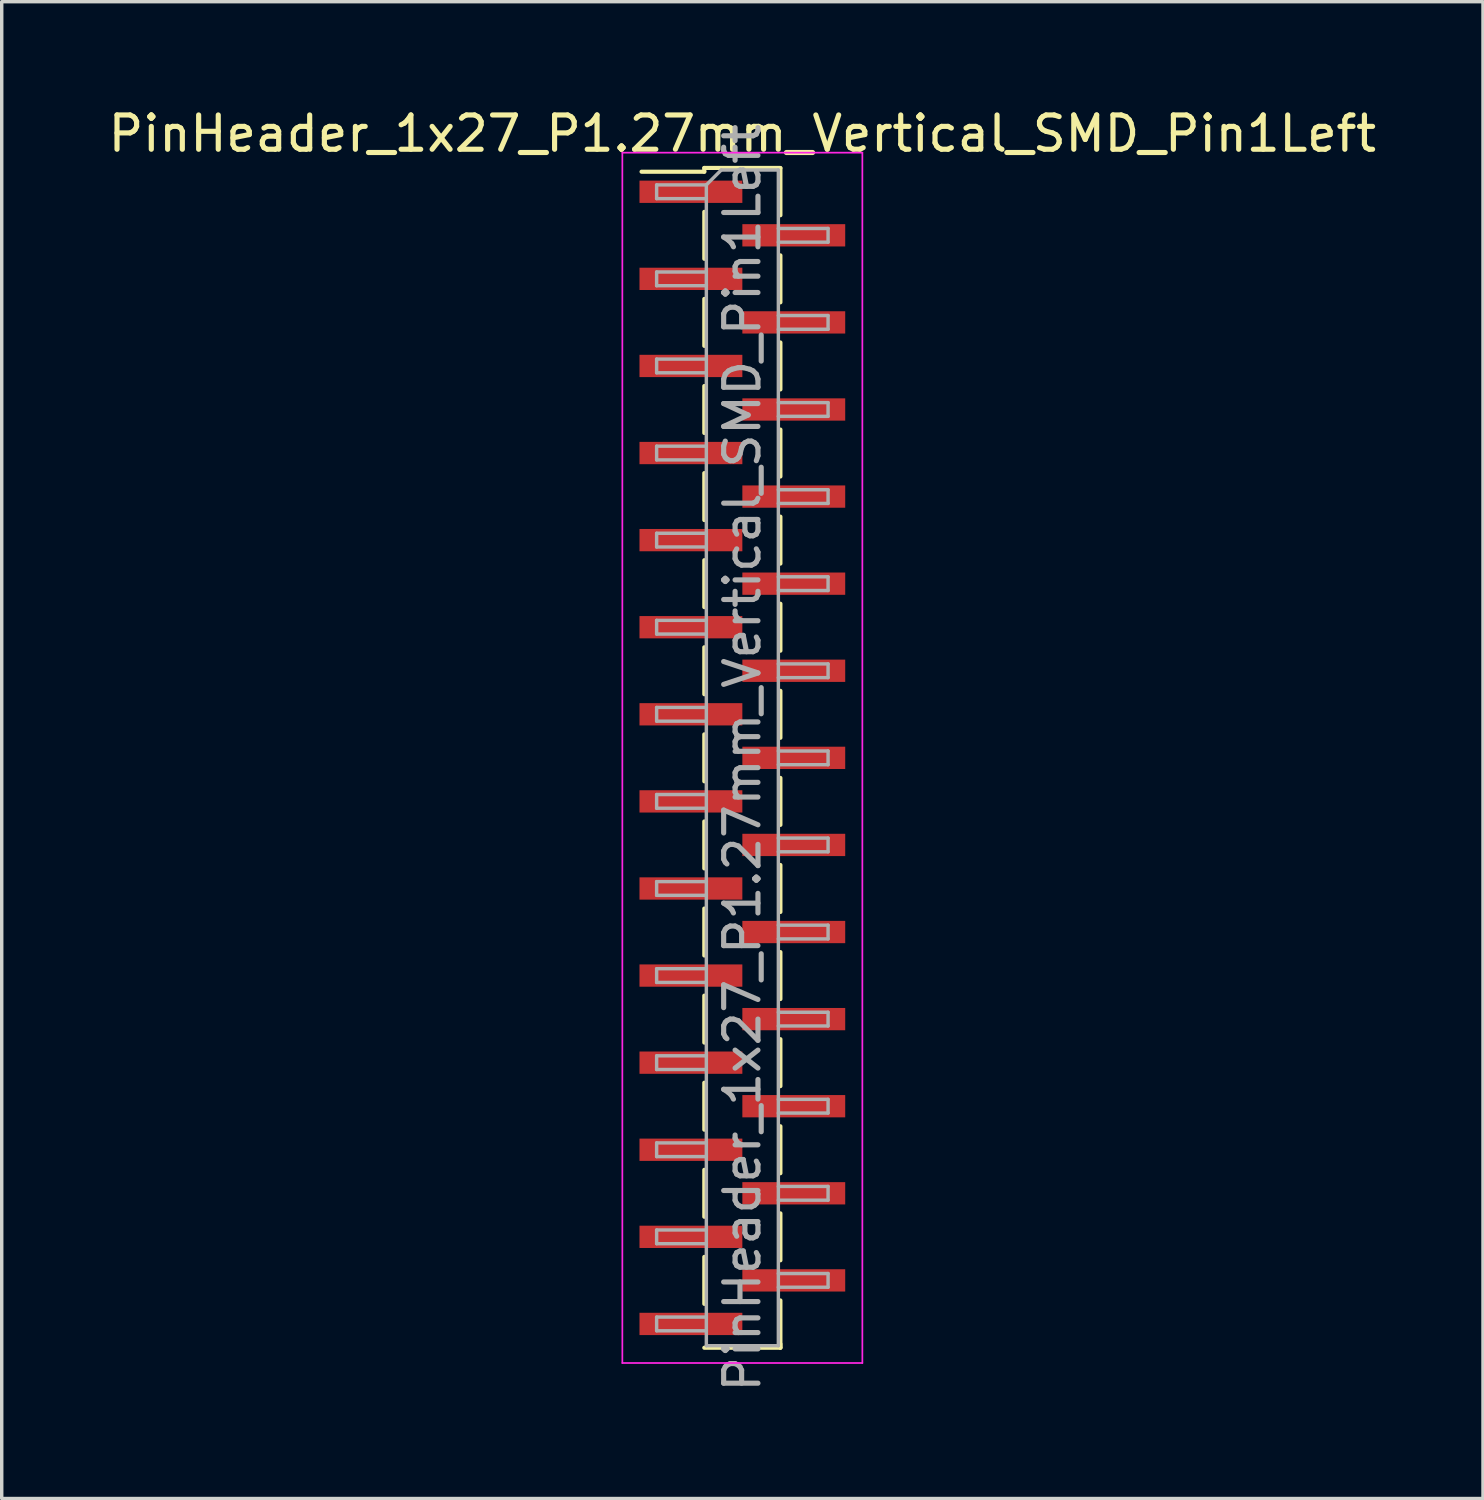
<source format=kicad_pcb>
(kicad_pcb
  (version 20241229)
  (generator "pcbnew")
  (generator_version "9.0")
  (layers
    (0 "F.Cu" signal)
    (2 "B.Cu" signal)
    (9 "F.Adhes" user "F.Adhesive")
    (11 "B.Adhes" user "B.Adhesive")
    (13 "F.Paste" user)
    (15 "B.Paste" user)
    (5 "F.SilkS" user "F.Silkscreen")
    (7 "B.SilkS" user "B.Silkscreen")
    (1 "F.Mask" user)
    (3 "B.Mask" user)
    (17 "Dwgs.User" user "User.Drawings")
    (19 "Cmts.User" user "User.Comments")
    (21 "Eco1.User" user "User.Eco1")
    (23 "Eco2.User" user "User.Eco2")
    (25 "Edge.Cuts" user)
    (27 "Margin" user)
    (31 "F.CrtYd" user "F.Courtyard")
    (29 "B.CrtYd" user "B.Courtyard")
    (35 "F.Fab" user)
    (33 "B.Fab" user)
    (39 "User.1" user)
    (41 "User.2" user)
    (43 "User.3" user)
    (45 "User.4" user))
  (footprint "PinHeader_1x27_P1.27mm_Vertical_SMD_Pin1Left"
    (layer "F.Cu")
    (at 18.601 19.053)
    (property "Reference" "PinHeader_1x27_P1.27mm_Vertical_SMD_Pin1Left" (at 0 -18.205 0) (layer "F.SilkS") (effects (font (size 1 1) (thickness 0.15))))
    (attr smd)
    (fp_line (start -1.11 -17.205) (end -1.11 -17.095) (stroke (width 0.12) (type solid)) (layer "F.SilkS"))
    (fp_line (start -1.11 -17.205) (end 1.11 -17.205) (stroke (width 0.12) (type solid)) (layer "F.SilkS"))
    (fp_line (start -1.11 -17.095) (end -2.94 -17.095) (stroke (width 0.12) (type solid)) (layer "F.SilkS"))
    (fp_line (start -1.11 -15.925) (end -1.11 -14.555) (stroke (width 0.12) (type solid)) (layer "F.SilkS"))
    (fp_line (start -1.11 -13.385) (end -1.11 -12.015) (stroke (width 0.12) (type solid)) (layer "F.SilkS"))
    (fp_line (start -1.11 -10.845) (end -1.11 -9.475) (stroke (width 0.12) (type solid)) (layer "F.SilkS"))
    (fp_line (start -1.11 -8.305) (end -1.11 -6.935) (stroke (width 0.12) (type solid)) (layer "F.SilkS"))
    (fp_line (start -1.11 -5.765) (end -1.11 -4.395) (stroke (width 0.12) (type solid)) (layer "F.SilkS"))
    (fp_line (start -1.11 -3.225) (end -1.11 -1.855) (stroke (width 0.12) (type solid)) (layer "F.SilkS"))
    (fp_line (start -1.11 -0.685) (end -1.11 0.685) (stroke (width 0.12) (type solid)) (layer "F.SilkS"))
    (fp_line (start -1.11 1.855) (end -1.11 3.225) (stroke (width 0.12) (type solid)) (layer "F.SilkS"))
    (fp_line (start -1.11 4.395) (end -1.11 5.765) (stroke (width 0.12) (type solid)) (layer "F.SilkS"))
    (fp_line (start -1.11 6.935) (end -1.11 8.305) (stroke (width 0.12) (type solid)) (layer "F.SilkS"))
    (fp_line (start -1.11 9.475) (end -1.11 10.845) (stroke (width 0.12) (type solid)) (layer "F.SilkS"))
    (fp_line (start -1.11 12.015) (end -1.11 13.385) (stroke (width 0.12) (type solid)) (layer "F.SilkS"))
    (fp_line (start -1.11 14.555) (end -1.11 15.925) (stroke (width 0.12) (type solid)) (layer "F.SilkS"))
    (fp_line (start -1.11 17.205) (end 1.11 17.205) (stroke (width 0.12) (type solid)) (layer "F.SilkS"))
    (fp_line (start 1.11 -17.195) (end 1.11 -15.825) (stroke (width 0.12) (type solid)) (layer "F.SilkS"))
    (fp_line (start 1.11 -14.655) (end 1.11 -13.285) (stroke (width 0.12) (type solid)) (layer "F.SilkS"))
    (fp_line (start 1.11 -12.115) (end 1.11 -10.745) (stroke (width 0.12) (type solid)) (layer "F.SilkS"))
    (fp_line (start 1.11 -9.575) (end 1.11 -8.205) (stroke (width 0.12) (type solid)) (layer "F.SilkS"))
    (fp_line (start 1.11 -7.035) (end 1.11 -5.665) (stroke (width 0.12) (type solid)) (layer "F.SilkS"))
    (fp_line (start 1.11 -4.495) (end 1.11 -3.125) (stroke (width 0.12) (type solid)) (layer "F.SilkS"))
    (fp_line (start 1.11 -1.955) (end 1.11 -0.585) (stroke (width 0.12) (type solid)) (layer "F.SilkS"))
    (fp_line (start 1.11 0.585) (end 1.11 1.955) (stroke (width 0.12) (type solid)) (layer "F.SilkS"))
    (fp_line (start 1.11 3.125) (end 1.11 4.495) (stroke (width 0.12) (type solid)) (layer "F.SilkS"))
    (fp_line (start 1.11 5.665) (end 1.11 7.035) (stroke (width 0.12) (type solid)) (layer "F.SilkS"))
    (fp_line (start 1.11 8.205) (end 1.11 9.575) (stroke (width 0.12) (type solid)) (layer "F.SilkS"))
    (fp_line (start 1.11 10.745) (end 1.11 12.115) (stroke (width 0.12) (type solid)) (layer "F.SilkS"))
    (fp_line (start 1.11 13.285) (end 1.11 14.655) (stroke (width 0.12) (type solid)) (layer "F.SilkS"))
    (fp_line (start 1.11 15.825) (end 1.11 17.195) (stroke (width 0.12) (type solid)) (layer "F.SilkS"))
    (fp_line (start 1.11 17.095) (end 1.11 17.205) (stroke (width 0.12) (type solid)) (layer "F.SilkS"))
    (fp_line (start -3.5 -17.65) (end -3.5 17.65) (stroke (width 0.05) (type solid)) (layer "F.CrtYd"))
    (fp_line (start -3.5 17.65) (end 3.5 17.65) (stroke (width 0.05) (type solid)) (layer "F.CrtYd"))
    (fp_line (start 3.5 -17.65) (end -3.5 -17.65) (stroke (width 0.05) (type solid)) (layer "F.CrtYd"))
    (fp_line (start 3.5 17.65) (end 3.5 -17.65) (stroke (width 0.05) (type solid)) (layer "F.CrtYd"))
    (fp_line (start -2.5 -16.71) (end -2.5 -16.31) (stroke (width 0.1) (type solid)) (layer "F.Fab"))
    (fp_line (start -2.5 -16.31) (end -1.05 -16.31) (stroke (width 0.1) (type solid)) (layer "F.Fab"))
    (fp_line (start -2.5 -14.17) (end -2.5 -13.77) (stroke (width 0.1) (type solid)) (layer "F.Fab"))
    (fp_line (start -2.5 -13.77) (end -1.05 -13.77) (stroke (width 0.1) (type solid)) (layer "F.Fab"))
    (fp_line (start -2.5 -11.63) (end -2.5 -11.23) (stroke (width 0.1) (type solid)) (layer "F.Fab"))
    (fp_line (start -2.5 -11.23) (end -1.05 -11.23) (stroke (width 0.1) (type solid)) (layer "F.Fab"))
    (fp_line (start -2.5 -9.09) (end -2.5 -8.69) (stroke (width 0.1) (type solid)) (layer "F.Fab"))
    (fp_line (start -2.5 -8.69) (end -1.05 -8.69) (stroke (width 0.1) (type solid)) (layer "F.Fab"))
    (fp_line (start -2.5 -6.55) (end -2.5 -6.15) (stroke (width 0.1) (type solid)) (layer "F.Fab"))
    (fp_line (start -2.5 -6.15) (end -1.05 -6.15) (stroke (width 0.1) (type solid)) (layer "F.Fab"))
    (fp_line (start -2.5 -4.01) (end -2.5 -3.61) (stroke (width 0.1) (type solid)) (layer "F.Fab"))
    (fp_line (start -2.5 -3.61) (end -1.05 -3.61) (stroke (width 0.1) (type solid)) (layer "F.Fab"))
    (fp_line (start -2.5 -1.47) (end -2.5 -1.07) (stroke (width 0.1) (type solid)) (layer "F.Fab"))
    (fp_line (start -2.5 -1.07) (end -1.05 -1.07) (stroke (width 0.1) (type solid)) (layer "F.Fab"))
    (fp_line (start -2.5 1.07) (end -2.5 1.47) (stroke (width 0.1) (type solid)) (layer "F.Fab"))
    (fp_line (start -2.5 1.47) (end -1.05 1.47) (stroke (width 0.1) (type solid)) (layer "F.Fab"))
    (fp_line (start -2.5 3.61) (end -2.5 4.01) (stroke (width 0.1) (type solid)) (layer "F.Fab"))
    (fp_line (start -2.5 4.01) (end -1.05 4.01) (stroke (width 0.1) (type solid)) (layer "F.Fab"))
    (fp_line (start -2.5 6.15) (end -2.5 6.55) (stroke (width 0.1) (type solid)) (layer "F.Fab"))
    (fp_line (start -2.5 6.55) (end -1.05 6.55) (stroke (width 0.1) (type solid)) (layer "F.Fab"))
    (fp_line (start -2.5 8.69) (end -2.5 9.09) (stroke (width 0.1) (type solid)) (layer "F.Fab"))
    (fp_line (start -2.5 9.09) (end -1.05 9.09) (stroke (width 0.1) (type solid)) (layer "F.Fab"))
    (fp_line (start -2.5 11.23) (end -2.5 11.63) (stroke (width 0.1) (type solid)) (layer "F.Fab"))
    (fp_line (start -2.5 11.63) (end -1.05 11.63) (stroke (width 0.1) (type solid)) (layer "F.Fab"))
    (fp_line (start -2.5 13.77) (end -2.5 14.17) (stroke (width 0.1) (type solid)) (layer "F.Fab"))
    (fp_line (start -2.5 14.17) (end -1.05 14.17) (stroke (width 0.1) (type solid)) (layer "F.Fab"))
    (fp_line (start -2.5 16.31) (end -2.5 16.71) (stroke (width 0.1) (type solid)) (layer "F.Fab"))
    (fp_line (start -2.5 16.71) (end -1.05 16.71) (stroke (width 0.1) (type solid)) (layer "F.Fab"))
    (fp_line (start -1.05 -16.71) (end -2.5 -16.71) (stroke (width 0.1) (type solid)) (layer "F.Fab"))
    (fp_line (start -1.05 -16.71) (end -0.615 -17.145) (stroke (width 0.1) (type solid)) (layer "F.Fab"))
    (fp_line (start -1.05 -14.17) (end -2.5 -14.17) (stroke (width 0.1) (type solid)) (layer "F.Fab"))
    (fp_line (start -1.05 -11.63) (end -2.5 -11.63) (stroke (width 0.1) (type solid)) (layer "F.Fab"))
    (fp_line (start -1.05 -9.09) (end -2.5 -9.09) (stroke (width 0.1) (type solid)) (layer "F.Fab"))
    (fp_line (start -1.05 -6.55) (end -2.5 -6.55) (stroke (width 0.1) (type solid)) (layer "F.Fab"))
    (fp_line (start -1.05 -4.01) (end -2.5 -4.01) (stroke (width 0.1) (type solid)) (layer "F.Fab"))
    (fp_line (start -1.05 -1.47) (end -2.5 -1.47) (stroke (width 0.1) (type solid)) (layer "F.Fab"))
    (fp_line (start -1.05 1.07) (end -2.5 1.07) (stroke (width 0.1) (type solid)) (layer "F.Fab"))
    (fp_line (start -1.05 3.61) (end -2.5 3.61) (stroke (width 0.1) (type solid)) (layer "F.Fab"))
    (fp_line (start -1.05 6.15) (end -2.5 6.15) (stroke (width 0.1) (type solid)) (layer "F.Fab"))
    (fp_line (start -1.05 8.69) (end -2.5 8.69) (stroke (width 0.1) (type solid)) (layer "F.Fab"))
    (fp_line (start -1.05 11.23) (end -2.5 11.23) (stroke (width 0.1) (type solid)) (layer "F.Fab"))
    (fp_line (start -1.05 13.77) (end -2.5 13.77) (stroke (width 0.1) (type solid)) (layer "F.Fab"))
    (fp_line (start -1.05 16.31) (end -2.5 16.31) (stroke (width 0.1) (type solid)) (layer "F.Fab"))
    (fp_line (start -1.05 17.145) (end -1.05 -16.71) (stroke (width 0.1) (type solid)) (layer "F.Fab"))
    (fp_line (start -0.615 -17.145) (end 1.05 -17.145) (stroke (width 0.1) (type solid)) (layer "F.Fab"))
    (fp_line (start 1.05 -17.145) (end 1.05 17.145) (stroke (width 0.1) (type solid)) (layer "F.Fab"))
    (fp_line (start 1.05 -15.44) (end 2.5 -15.44) (stroke (width 0.1) (type solid)) (layer "F.Fab"))
    (fp_line (start 1.05 -12.9) (end 2.5 -12.9) (stroke (width 0.1) (type solid)) (layer "F.Fab"))
    (fp_line (start 1.05 -10.36) (end 2.5 -10.36) (stroke (width 0.1) (type solid)) (layer "F.Fab"))
    (fp_line (start 1.05 -7.82) (end 2.5 -7.82) (stroke (width 0.1) (type solid)) (layer "F.Fab"))
    (fp_line (start 1.05 -5.28) (end 2.5 -5.28) (stroke (width 0.1) (type solid)) (layer "F.Fab"))
    (fp_line (start 1.05 -2.74) (end 2.5 -2.74) (stroke (width 0.1) (type solid)) (layer "F.Fab"))
    (fp_line (start 1.05 -0.2) (end 2.5 -0.2) (stroke (width 0.1) (type solid)) (layer "F.Fab"))
    (fp_line (start 1.05 2.34) (end 2.5 2.34) (stroke (width 0.1) (type solid)) (layer "F.Fab"))
    (fp_line (start 1.05 4.88) (end 2.5 4.88) (stroke (width 0.1) (type solid)) (layer "F.Fab"))
    (fp_line (start 1.05 7.42) (end 2.5 7.42) (stroke (width 0.1) (type solid)) (layer "F.Fab"))
    (fp_line (start 1.05 9.96) (end 2.5 9.96) (stroke (width 0.1) (type solid)) (layer "F.Fab"))
    (fp_line (start 1.05 12.5) (end 2.5 12.5) (stroke (width 0.1) (type solid)) (layer "F.Fab"))
    (fp_line (start 1.05 15.04) (end 2.5 15.04) (stroke (width 0.1) (type solid)) (layer "F.Fab"))
    (fp_line (start 1.05 17.145) (end -1.05 17.145) (stroke (width 0.1) (type solid)) (layer "F.Fab"))
    (fp_line (start 2.5 -15.44) (end 2.5 -15.04) (stroke (width 0.1) (type solid)) (layer "F.Fab"))
    (fp_line (start 2.5 -15.04) (end 1.05 -15.04) (stroke (width 0.1) (type solid)) (layer "F.Fab"))
    (fp_line (start 2.5 -12.9) (end 2.5 -12.5) (stroke (width 0.1) (type solid)) (layer "F.Fab"))
    (fp_line (start 2.5 -12.5) (end 1.05 -12.5) (stroke (width 0.1) (type solid)) (layer "F.Fab"))
    (fp_line (start 2.5 -10.36) (end 2.5 -9.96) (stroke (width 0.1) (type solid)) (layer "F.Fab"))
    (fp_line (start 2.5 -9.96) (end 1.05 -9.96) (stroke (width 0.1) (type solid)) (layer "F.Fab"))
    (fp_line (start 2.5 -7.82) (end 2.5 -7.42) (stroke (width 0.1) (type solid)) (layer "F.Fab"))
    (fp_line (start 2.5 -7.42) (end 1.05 -7.42) (stroke (width 0.1) (type solid)) (layer "F.Fab"))
    (fp_line (start 2.5 -5.28) (end 2.5 -4.88) (stroke (width 0.1) (type solid)) (layer "F.Fab"))
    (fp_line (start 2.5 -4.88) (end 1.05 -4.88) (stroke (width 0.1) (type solid)) (layer "F.Fab"))
    (fp_line (start 2.5 -2.74) (end 2.5 -2.34) (stroke (width 0.1) (type solid)) (layer "F.Fab"))
    (fp_line (start 2.5 -2.34) (end 1.05 -2.34) (stroke (width 0.1) (type solid)) (layer "F.Fab"))
    (fp_line (start 2.5 -0.2) (end 2.5 0.2) (stroke (width 0.1) (type solid)) (layer "F.Fab"))
    (fp_line (start 2.5 0.2) (end 1.05 0.2) (stroke (width 0.1) (type solid)) (layer "F.Fab"))
    (fp_line (start 2.5 2.34) (end 2.5 2.74) (stroke (width 0.1) (type solid)) (layer "F.Fab"))
    (fp_line (start 2.5 2.74) (end 1.05 2.74) (stroke (width 0.1) (type solid)) (layer "F.Fab"))
    (fp_line (start 2.5 4.88) (end 2.5 5.28) (stroke (width 0.1) (type solid)) (layer "F.Fab"))
    (fp_line (start 2.5 5.28) (end 1.05 5.28) (stroke (width 0.1) (type solid)) (layer "F.Fab"))
    (fp_line (start 2.5 7.42) (end 2.5 7.82) (stroke (width 0.1) (type solid)) (layer "F.Fab"))
    (fp_line (start 2.5 7.82) (end 1.05 7.82) (stroke (width 0.1) (type solid)) (layer "F.Fab"))
    (fp_line (start 2.5 9.96) (end 2.5 10.36) (stroke (width 0.1) (type solid)) (layer "F.Fab"))
    (fp_line (start 2.5 10.36) (end 1.05 10.36) (stroke (width 0.1) (type solid)) (layer "F.Fab"))
    (fp_line (start 2.5 12.5) (end 2.5 12.9) (stroke (width 0.1) (type solid)) (layer "F.Fab"))
    (fp_line (start 2.5 12.9) (end 1.05 12.9) (stroke (width 0.1) (type solid)) (layer "F.Fab"))
    (fp_line (start 2.5 15.04) (end 2.5 15.44) (stroke (width 0.1) (type solid)) (layer "F.Fab"))
    (fp_line (start 2.5 15.44) (end 1.05 15.44) (stroke (width 0.1) (type solid)) (layer "F.Fab"))
    (fp_text user "${REFERENCE}" (at 0 0 90) (layer "F.Fab") (effects (font (size 1 1) (thickness 0.15))))
    (pad "1" smd rect (at -1.5 -16.51) (size 3 0.65) (layers "F.Cu" "F.Mask" "F.Paste"))
    (pad "2" smd rect (at 1.5 -15.24) (size 3 0.65) (layers "F.Cu" "F.Mask" "F.Paste"))
    (pad "3" smd rect (at -1.5 -13.97) (size 3 0.65) (layers "F.Cu" "F.Mask" "F.Paste"))
    (pad "4" smd rect (at 1.5 -12.7) (size 3 0.65) (layers "F.Cu" "F.Mask" "F.Paste"))
    (pad "5" smd rect (at -1.5 -11.43) (size 3 0.65) (layers "F.Cu" "F.Mask" "F.Paste"))
    (pad "6" smd rect (at 1.5 -10.16) (size 3 0.65) (layers "F.Cu" "F.Mask" "F.Paste"))
    (pad "7" smd rect (at -1.5 -8.89) (size 3 0.65) (layers "F.Cu" "F.Mask" "F.Paste"))
    (pad "8" smd rect (at 1.5 -7.62) (size 3 0.65) (layers "F.Cu" "F.Mask" "F.Paste"))
    (pad "9" smd rect (at -1.5 -6.35) (size 3 0.65) (layers "F.Cu" "F.Mask" "F.Paste"))
    (pad "10" smd rect (at 1.5 -5.08) (size 3 0.65) (layers "F.Cu" "F.Mask" "F.Paste"))
    (pad "11" smd rect (at -1.5 -3.81) (size 3 0.65) (layers "F.Cu" "F.Mask" "F.Paste"))
    (pad "12" smd rect (at 1.5 -2.54) (size 3 0.65) (layers "F.Cu" "F.Mask" "F.Paste"))
    (pad "13" smd rect (at -1.5 -1.27) (size 3 0.65) (layers "F.Cu" "F.Mask" "F.Paste"))
    (pad "14" smd rect (at 1.5 0) (size 3 0.65) (layers "F.Cu" "F.Mask" "F.Paste"))
    (pad "15" smd rect (at -1.5 1.27) (size 3 0.65) (layers "F.Cu" "F.Mask" "F.Paste"))
    (pad "16" smd rect (at 1.5 2.54) (size 3 0.65) (layers "F.Cu" "F.Mask" "F.Paste"))
    (pad "17" smd rect (at -1.5 3.81) (size 3 0.65) (layers "F.Cu" "F.Mask" "F.Paste"))
    (pad "18" smd rect (at 1.5 5.08) (size 3 0.65) (layers "F.Cu" "F.Mask" "F.Paste"))
    (pad "19" smd rect (at -1.5 6.35) (size 3 0.65) (layers "F.Cu" "F.Mask" "F.Paste"))
    (pad "20" smd rect (at 1.5 7.62) (size 3 0.65) (layers "F.Cu" "F.Mask" "F.Paste"))
    (pad "21" smd rect (at -1.5 8.89) (size 3 0.65) (layers "F.Cu" "F.Mask" "F.Paste"))
    (pad "22" smd rect (at 1.5 10.16) (size 3 0.65) (layers "F.Cu" "F.Mask" "F.Paste"))
    (pad "23" smd rect (at -1.5 11.43) (size 3 0.65) (layers "F.Cu" "F.Mask" "F.Paste"))
    (pad "24" smd rect (at 1.5 12.7) (size 3 0.65) (layers "F.Cu" "F.Mask" "F.Paste"))
    (pad "25" smd rect (at -1.5 13.97) (size 3 0.65) (layers "F.Cu" "F.Mask" "F.Paste"))
    (pad "26" smd rect (at 1.5 15.24) (size 3 0.65) (layers "F.Cu" "F.Mask" "F.Paste"))
    (pad "27" smd rect (at -1.5 16.51) (size 3 0.65) (layers "F.Cu" "F.Mask" "F.Paste")))
  (gr_rect
    (start -3 -3)
    (end 40.202 40.654)
    (stroke (width 0.1) (type default))
    (fill no)
    (layer "Edge.Cuts")))
</source>
